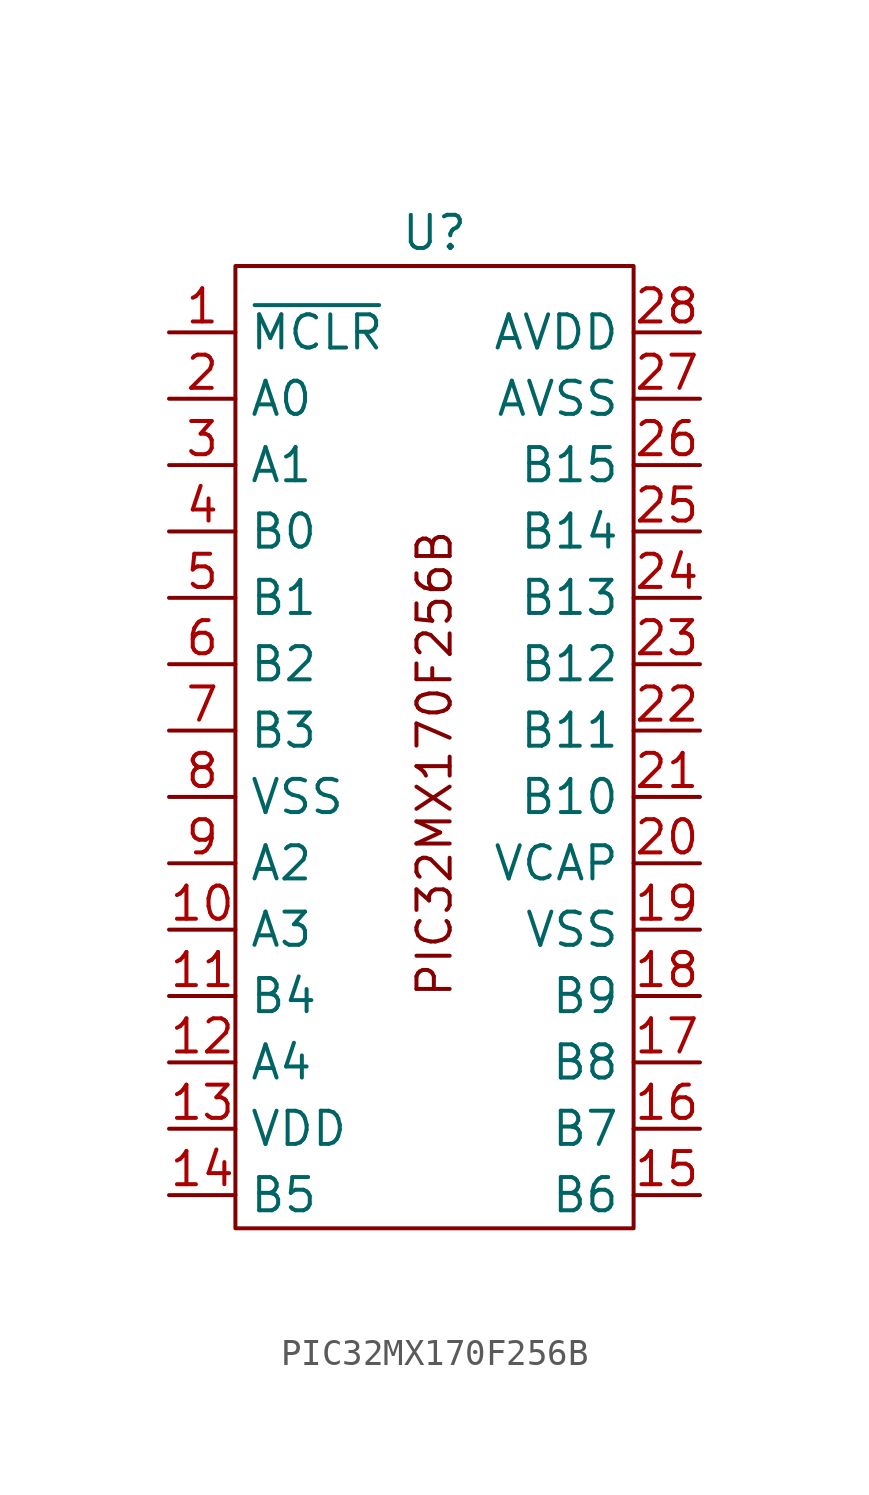
<source format=kicad_sym>
(kicad_symbol_lib
  (version 20220914)
  (generator kicad_symbol_editor)
  (symbol "PIC32MX170F256B"
    (property "Reference" "U"
      (at 0 20.32 0)
      (effects (font (size 1.27 1.27))))
    (property "Value" ""
      (at -10.16 16.51 0)
      (effects (font (size 1.27 1.27))))
    (symbol "PIC32MX170F256B_0_1"
      (rectangle (start -7.62 19.05) (end 7.62 -17.78) (stroke (width 0) (type default)) (fill (type none))))
    (symbol "PIC32MX170F256B_1_1"
      (text "PIC32MX170F256B" (at 0 0 900) (effects (font (size 1.27 1.27))))
      (pin input line (at -10.16 16.51 0) (length 2.54) (name "~{MCLR}" (effects (font (size 1.27 1.27)))) (number "1" (effects (font (size 1.27 1.27)))))
      (pin input line (at -10.16 -6.35 0) (length 2.54) (name "A3" (effects (font (size 1.27 1.27)))) (number "10" (effects (font (size 1.27 1.27)))))
      (pin input line (at -10.16 -8.89 0) (length 2.54) (name "B4" (effects (font (size 1.27 1.27)))) (number "11" (effects (font (size 1.27 1.27)))))
      (pin input line (at -10.16 -11.43 0) (length 2.54) (name "A4" (effects (font (size 1.27 1.27)))) (number "12" (effects (font (size 1.27 1.27)))))
      (pin power_in line (at -10.16 -13.97 0) (length 2.54) (name "VDD" (effects (font (size 1.27 1.27)))) (number "13" (effects (font (size 1.27 1.27)))))
      (pin power_in line (at -10.16 -16.51 0) (length 2.54) (name "B5" (effects (font (size 1.27 1.27)))) (number "14" (effects (font (size 1.27 1.27)))))
      (pin input line (at 10.16 -16.51 180) (length 2.54) (name "B6" (effects (font (size 1.27 1.27)))) (number "15" (effects (font (size 1.27 1.27)))))
      (pin input line (at 10.16 -13.97 180) (length 2.54) (name "B7" (effects (font (size 1.27 1.27)))) (number "16" (effects (font (size 1.27 1.27)))))
      (pin input line (at 10.16 -11.43 180) (length 2.54) (name "B8" (effects (font (size 1.27 1.27)))) (number "17" (effects (font (size 1.27 1.27)))))
      (pin input line (at 10.16 -8.89 180) (length 2.54) (name "B9" (effects (font (size 1.27 1.27)))) (number "18" (effects (font (size 1.27 1.27)))))
      (pin power_out line (at 10.16 -6.35 180) (length 2.54) (name "VSS" (effects (font (size 1.27 1.27)))) (number "19" (effects (font (size 1.27 1.27)))))
      (pin input line (at -10.16 13.97 0) (length 2.54) (name "A0" (effects (font (size 1.27 1.27)))) (number "2" (effects (font (size 1.27 1.27)))))
      (pin input line (at 10.16 -3.81 180) (length 2.54) (name "VCAP" (effects (font (size 1.27 1.27)))) (number "20" (effects (font (size 1.27 1.27)))))
      (pin input line (at 10.16 -1.27 180) (length 2.54) (name "B10" (effects (font (size 1.27 1.27)))) (number "21" (effects (font (size 1.27 1.27)))))
      (pin input line (at 10.16 1.27 180) (length 2.54) (name "B11" (effects (font (size 1.27 1.27)))) (number "22" (effects (font (size 1.27 1.27)))))
      (pin input line (at 10.16 3.81 180) (length 2.54) (name "B12" (effects (font (size 1.27 1.27)))) (number "23" (effects (font (size 1.27 1.27)))))
      (pin input line (at 10.16 6.35 180) (length 2.54) (name "B13" (effects (font (size 1.27 1.27)))) (number "24" (effects (font (size 1.27 1.27)))))
      (pin input line (at 10.16 8.89 180) (length 2.54) (name "B14" (effects (font (size 1.27 1.27)))) (number "25" (effects (font (size 1.27 1.27)))))
      (pin input line (at 10.16 11.43 180) (length 2.54) (name "B15" (effects (font (size 1.27 1.27)))) (number "26" (effects (font (size 1.27 1.27)))))
      (pin power_out line (at 10.16 13.97 180) (length 2.54) (name "AVSS" (effects (font (size 1.27 1.27)))) (number "27" (effects (font (size 1.27 1.27)))))
      (pin power_in line (at 10.16 16.51 180) (length 2.54) (name "AVDD" (effects (font (size 1.27 1.27)))) (number "28" (effects (font (size 1.27 1.27)))))
      (pin input line (at -10.16 11.43 0) (length 2.54) (name "A1" (effects (font (size 1.27 1.27)))) (number "3" (effects (font (size 1.27 1.27)))))
      (pin input line (at -10.16 8.89 0) (length 2.54) (name "B0" (effects (font (size 1.27 1.27)))) (number "4" (effects (font (size 1.27 1.27)))))
      (pin input line (at -10.16 6.35 0) (length 2.54) (name "B1" (effects (font (size 1.27 1.27)))) (number "5" (effects (font (size 1.27 1.27)))))
      (pin input line (at -10.16 3.81 0) (length 2.54) (name "B2" (effects (font (size 1.27 1.27)))) (number "6" (effects (font (size 1.27 1.27)))))
      (pin input line (at -10.16 1.27 0) (length 2.54) (name "B3" (effects (font (size 1.27 1.27)))) (number "7" (effects (font (size 1.27 1.27)))))
      (pin power_out line (at -10.16 -1.27 0) (length 2.54) (name "VSS" (effects (font (size 1.27 1.27)))) (number "8" (effects (font (size 1.27 1.27)))))
      (pin input line (at -10.16 -3.81 0) (length 2.54) (name "A2" (effects (font (size 1.27 1.27)))) (number "9" (effects (font (size 1.27 1.27))))))))
</source>
